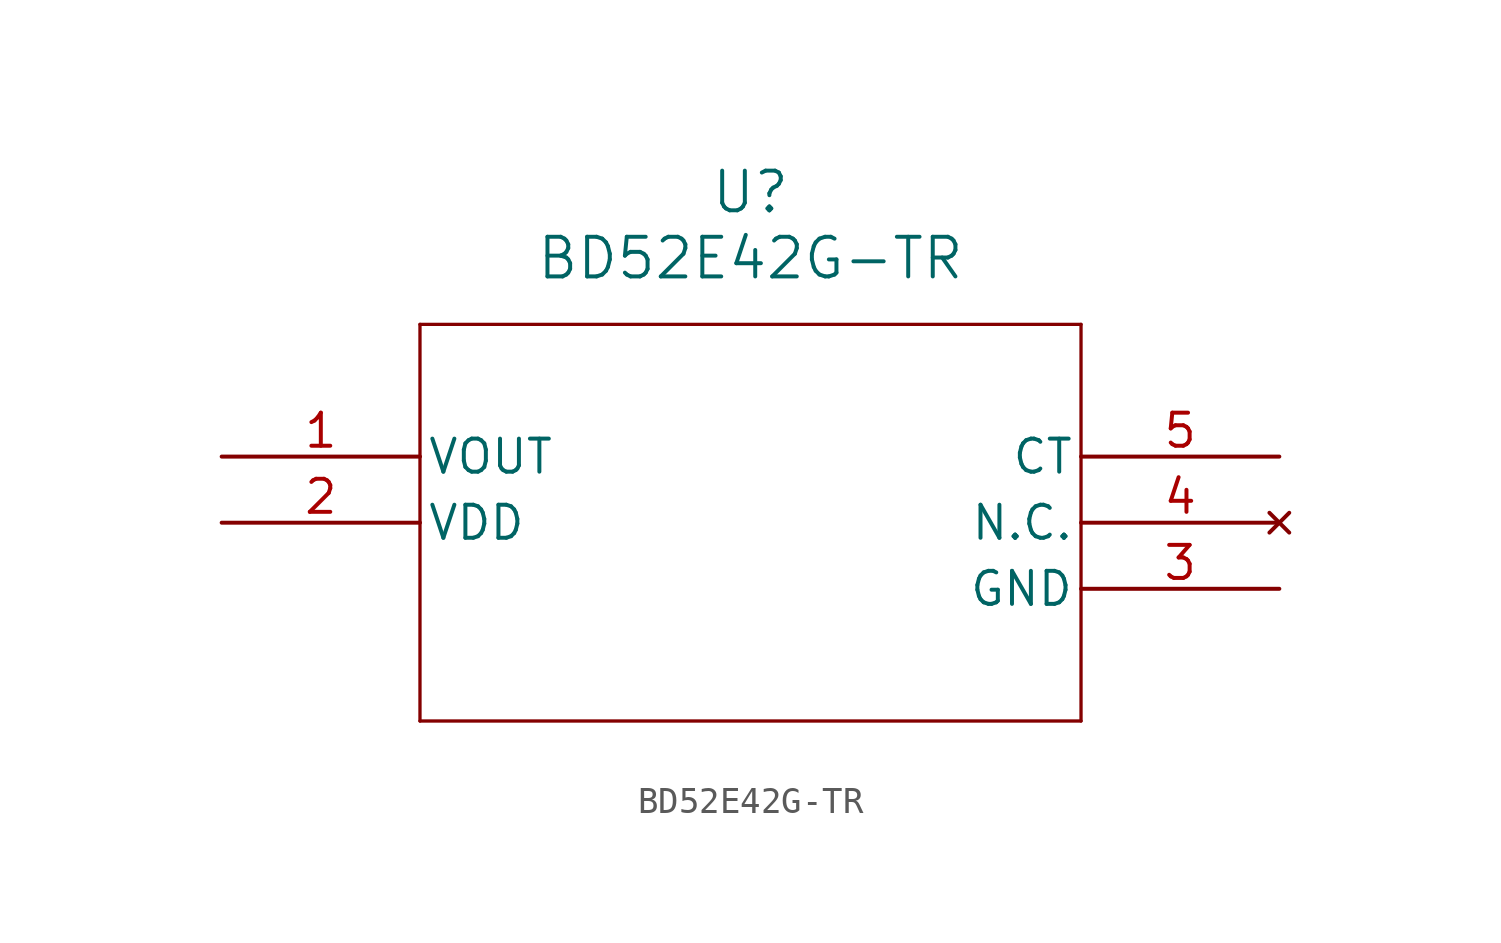
<source format=kicad_sym>
(kicad_symbol_lib
  (version 20211014)
  (generator kicad_symbol_editor)
  (symbol "BD52E42G-TR"
    (pin_names
      (offset 0.254))
    (property "Reference" "U"
      (at 20.32 10.16 0)
      (effects (font (size 1.524 1.524))))
    (property "Value" "BD52E42G-TR"
      (at 20.32 7.62 0)
      (effects (font (size 1.524 1.524))))
    (symbol "BD52E42G-TR_0_1"
      (polyline (pts (xy 7.62 5.08) (xy 7.62 -10.16)) (stroke (width 0.127) (type default) (color 0 0 0 0)) (fill (type none)))
      (polyline (pts (xy 7.62 -10.16) (xy 33.02 -10.16)) (stroke (width 0.127) (type default) (color 0 0 0 0)) (fill (type none)))
      (polyline (pts (xy 33.02 -10.16) (xy 33.02 5.08)) (stroke (width 0.127) (type default) (color 0 0 0 0)) (fill (type none)))
      (polyline (pts (xy 33.02 5.08) (xy 7.62 5.08)) (stroke (width 0.127) (type default) (color 0 0 0 0)) (fill (type none)))
      (pin output line (at 0 0 0) (length 7.62) (name "VOUT" (effects (font (size 1.27 1.27)))) (number "1" (effects (font (size 1.27 1.27)))))
      (pin power_in line (at 0 -2.54 0) (length 7.62) (name "VDD" (effects (font (size 1.27 1.27)))) (number "2" (effects (font (size 1.27 1.27)))))
      (pin power_out line (at 40.64 -5.08 180) (length 7.62) (name "GND" (effects (font (size 1.27 1.27)))) (number "3" (effects (font (size 1.27 1.27)))))
      (pin no_connect line (at 40.64 -2.54 180) (length 7.62) (name "N.C." (effects (font (size 1.27 1.27)))) (number "4" (effects (font (size 1.27 1.27)))))
      (pin unspecified line (at 40.64 0 180) (length 7.62) (name "CT" (effects (font (size 1.27 1.27)))) (number "5" (effects (font (size 1.27 1.27))))))))
</source>
